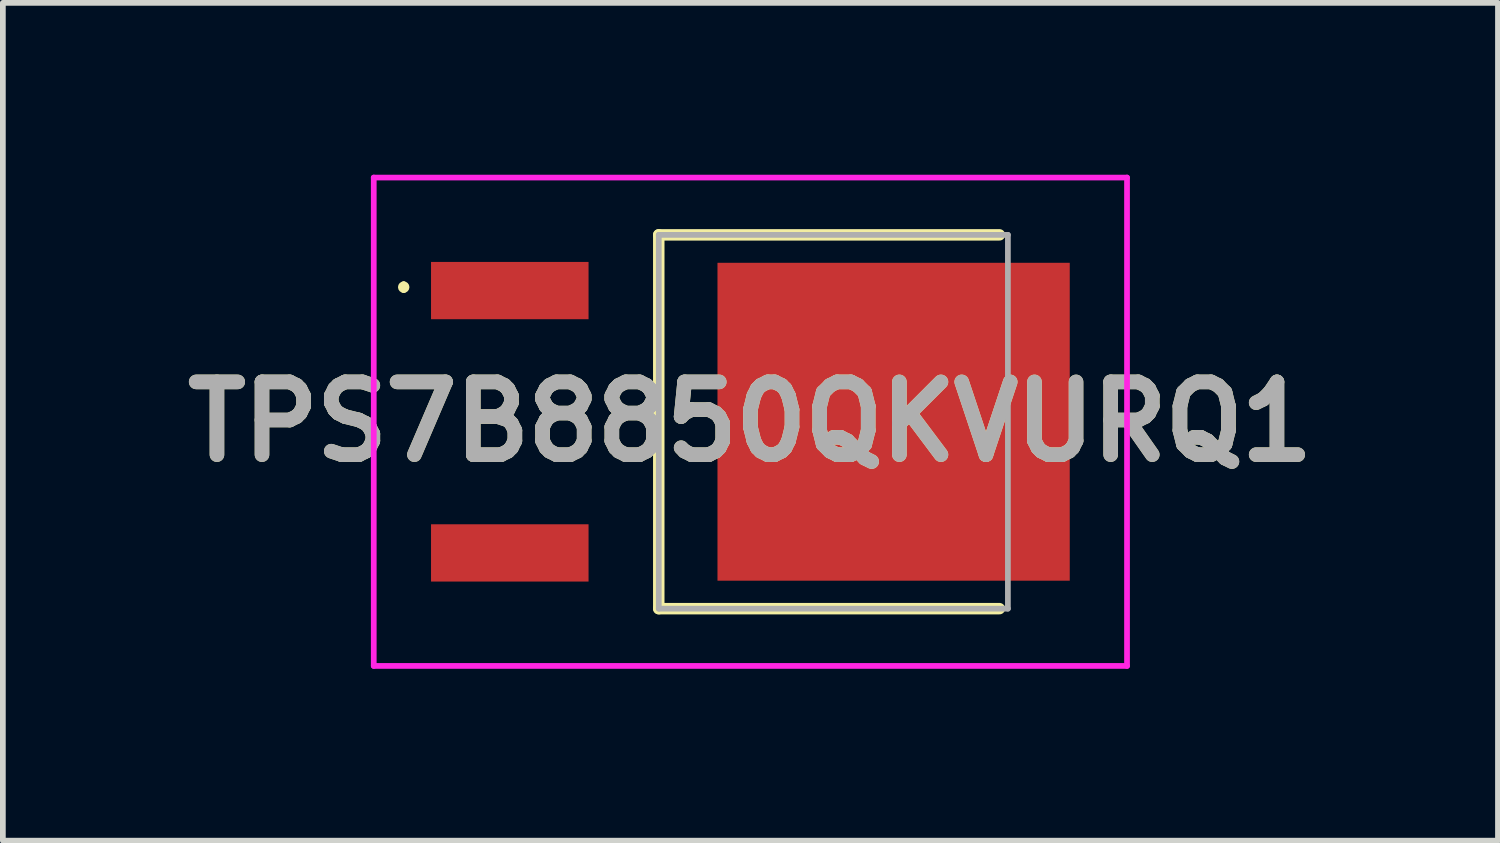
<source format=kicad_pcb>
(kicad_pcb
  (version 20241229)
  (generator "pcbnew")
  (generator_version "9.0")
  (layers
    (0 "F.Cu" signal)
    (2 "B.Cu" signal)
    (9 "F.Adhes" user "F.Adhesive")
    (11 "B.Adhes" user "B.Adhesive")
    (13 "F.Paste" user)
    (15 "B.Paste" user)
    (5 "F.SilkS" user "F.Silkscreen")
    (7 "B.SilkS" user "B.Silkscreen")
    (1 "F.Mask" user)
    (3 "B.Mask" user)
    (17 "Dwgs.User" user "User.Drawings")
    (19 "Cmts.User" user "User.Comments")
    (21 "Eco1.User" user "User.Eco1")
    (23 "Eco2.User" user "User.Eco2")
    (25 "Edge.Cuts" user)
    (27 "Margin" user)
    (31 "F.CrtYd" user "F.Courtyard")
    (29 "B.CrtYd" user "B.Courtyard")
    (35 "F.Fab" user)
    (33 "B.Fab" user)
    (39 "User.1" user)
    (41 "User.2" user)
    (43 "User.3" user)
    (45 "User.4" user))
  (footprint "TPS7B8850QKVURQ1"
    (layer "F.Cu")
    (at 10.198 4.313)
    (property "Reference" "TPS7B8850QKVURQ1" (at -0.147 0 0) (layer "F.SilkS") (effects (font (size 1.27 1.27) (thickness 0.254))))
    (attr smd)
    (fp_line (start -6.2 -2.4) (end -6.2 -2.4) (stroke (width 0.1) (type solid)) (layer "F.SilkS"))
    (fp_line (start -6.2 -2.3) (end -6.2 -2.3) (stroke (width 0.1) (type solid)) (layer "F.SilkS"))
    (fp_line (start -1.747 -3.263) (end -1.747 3.263) (stroke (width 0.2) (type solid)) (layer "F.SilkS"))
    (fp_line (start -1.747 3.263) (end 4.2 3.263) (stroke (width 0.2) (type solid)) (layer "F.SilkS"))
    (fp_line (start 4.2 -3.263) (end -1.747 -3.263) (stroke (width 0.2) (type solid)) (layer "F.SilkS"))
    (fp_arc (start -6.2 -2.4) (mid -6.15 -2.35) (end -6.2 -2.3) (stroke (width 0.1) (type solid)) (layer "F.SilkS"))
    (fp_arc (start -6.2 -2.3) (mid -6.25 -2.35) (end -6.2 -2.4) (stroke (width 0.1) (type solid)) (layer "F.SilkS"))
    (fp_line (start -6.723 -4.263) (end 6.428 -4.263) (stroke (width 0.1) (type solid)) (layer "F.CrtYd"))
    (fp_line (start -6.723 4.263) (end -6.723 -4.263) (stroke (width 0.1) (type solid)) (layer "F.CrtYd"))
    (fp_line (start 6.428 -4.263) (end 6.428 4.263) (stroke (width 0.1) (type solid)) (layer "F.CrtYd"))
    (fp_line (start 6.428 4.263) (end -6.723 4.263) (stroke (width 0.1) (type solid)) (layer "F.CrtYd"))
    (fp_line (start -1.747 -3.263) (end 4.348 -3.263) (stroke (width 0.1) (type solid)) (layer "F.Fab"))
    (fp_line (start -1.747 3.263) (end -1.747 -3.263) (stroke (width 0.1) (type solid)) (layer "F.Fab"))
    (fp_line (start 4.348 -3.263) (end 4.348 3.263) (stroke (width 0.1) (type solid)) (layer "F.Fab"))
    (fp_line (start 4.348 3.263) (end -1.747 3.263) (stroke (width 0.1) (type solid)) (layer "F.Fab"))
    (fp_text user "${REFERENCE}" (at -0.147 0 0) (layer "F.Fab") (effects (font (size 1.27 1.27) (thickness 0.254))))
    (pad "1" smd rect (at -4.348 -2.29 90) (size 1 2.75) (layers "F.Cu" "F.Mask" "F.Paste"))
    (pad "2" smd rect (at 2.353 0 90) (size 5.55 6.15) (layers "F.Cu" "F.Mask" "F.Paste"))
    (pad "3" smd rect (at -4.348 2.29 90) (size 1 2.75) (layers "F.Cu" "F.Mask" "F.Paste")))
  (gr_rect
    (start -3 -3)
    (end 23.102 11.626)
    (stroke (width 0.1) (type default))
    (fill no)
    (layer "Edge.Cuts")))
</source>
